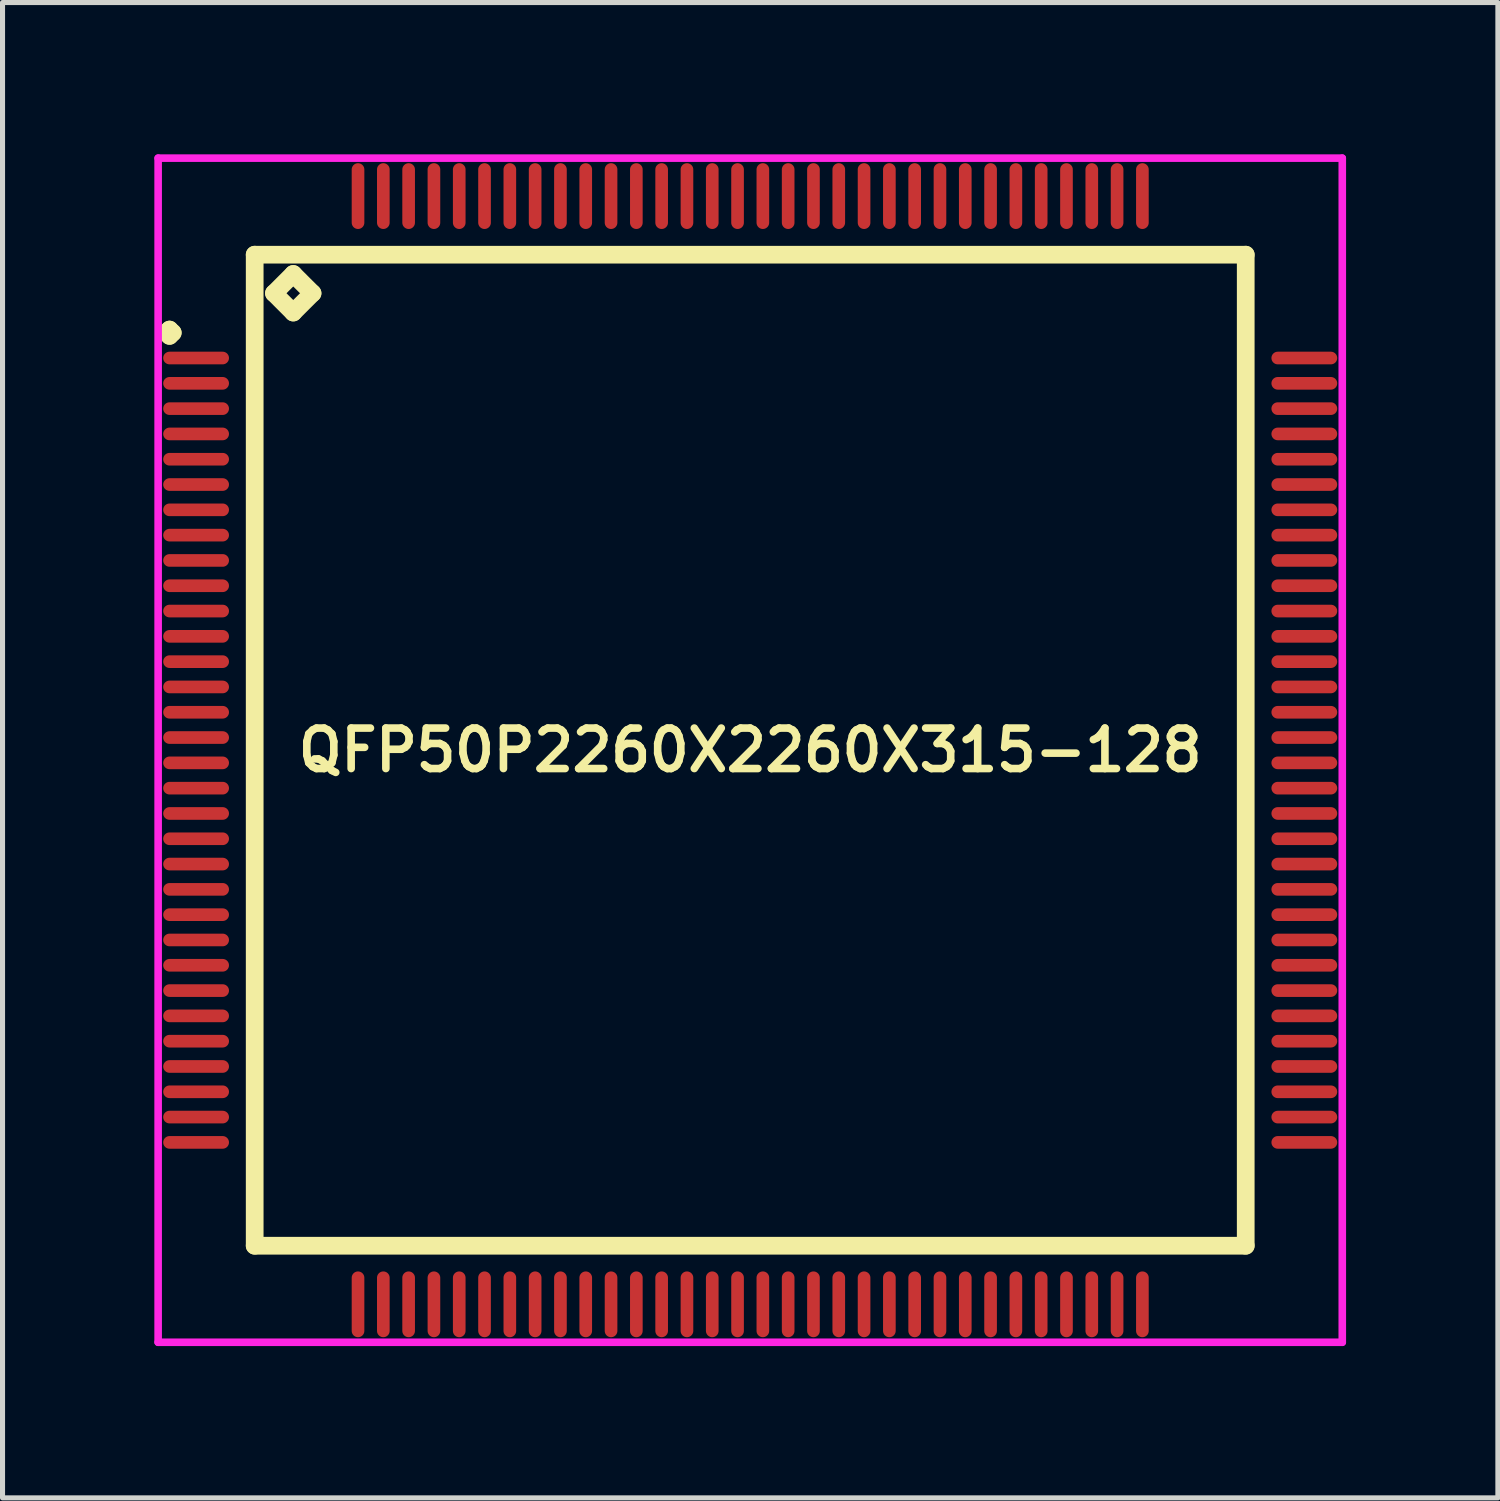
<source format=kicad_pcb>
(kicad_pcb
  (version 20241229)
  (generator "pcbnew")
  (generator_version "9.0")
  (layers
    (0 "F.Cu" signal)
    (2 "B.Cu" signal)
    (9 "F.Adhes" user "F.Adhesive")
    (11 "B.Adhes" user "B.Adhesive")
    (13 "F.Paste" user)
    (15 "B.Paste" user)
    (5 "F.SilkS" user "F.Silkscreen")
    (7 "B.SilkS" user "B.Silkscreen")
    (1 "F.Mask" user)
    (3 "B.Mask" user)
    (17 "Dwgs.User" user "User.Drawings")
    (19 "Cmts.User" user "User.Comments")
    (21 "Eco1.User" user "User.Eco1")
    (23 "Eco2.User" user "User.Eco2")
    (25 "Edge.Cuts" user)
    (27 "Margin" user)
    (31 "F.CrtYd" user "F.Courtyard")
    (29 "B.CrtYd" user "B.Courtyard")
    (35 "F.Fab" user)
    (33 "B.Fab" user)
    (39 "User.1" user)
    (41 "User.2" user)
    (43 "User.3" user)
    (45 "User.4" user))
  (footprint "QFP50P2260X2260X315-128"
    (layer "F.Cu")
    (at 11.775 11.775)
    (property "Reference" "QFP50P2260X2260X315-128" (at 0 0 0) (layer "F.SilkS") (effects (font (size 0.8 0.8) (thickness 0.15))))
    (attr smd)
    (fp_line (start -11.537 -8.25) (end -11.475 -8.312) (stroke (width 0.35) (type solid)) (layer "F.SilkS"))
    (fp_line (start -11.475 -8.312) (end -11.412 -8.25) (stroke (width 0.35) (type solid)) (layer "F.SilkS"))
    (fp_line (start -11.475 -8.188) (end -11.537 -8.25) (stroke (width 0.35) (type solid)) (layer "F.SilkS"))
    (fp_line (start -11.412 -8.25) (end -11.475 -8.188) (stroke (width 0.35) (type solid)) (layer "F.SilkS"))
    (fp_line (start -9.792 -9.792) (end -9.792 9.792) (stroke (width 0.35) (type solid)) (layer "F.SilkS"))
    (fp_line (start -9.792 9.792) (end 9.792 9.792) (stroke (width 0.35) (type solid)) (layer "F.SilkS"))
    (fp_line (start -9.411 -9.03) (end -9.03 -9.411) (stroke (width 0.35) (type solid)) (layer "F.SilkS"))
    (fp_line (start -9.03 -9.411) (end -8.649 -9.03) (stroke (width 0.35) (type solid)) (layer "F.SilkS"))
    (fp_line (start -9.03 -8.649) (end -9.411 -9.03) (stroke (width 0.35) (type solid)) (layer "F.SilkS"))
    (fp_line (start -8.649 -9.03) (end -9.03 -8.649) (stroke (width 0.35) (type solid)) (layer "F.SilkS"))
    (fp_line (start 9.792 -9.792) (end -9.792 -9.792) (stroke (width 0.35) (type solid)) (layer "F.SilkS"))
    (fp_line (start 9.792 9.792) (end 9.792 -9.792) (stroke (width 0.35) (type solid)) (layer "F.SilkS"))
    (fp_line (start -11.7 -11.7) (end 11.7 -11.7) (stroke (width 0.15) (type solid)) (layer "F.CrtYd"))
    (fp_line (start -11.7 11.7) (end -11.7 -11.7) (stroke (width 0.15) (type solid)) (layer "F.CrtYd"))
    (fp_line (start 11.7 -11.7) (end 11.7 11.7) (stroke (width 0.15) (type solid)) (layer "F.CrtYd"))
    (fp_line (start 11.7 11.7) (end -11.7 11.7) (stroke (width 0.15) (type solid)) (layer "F.CrtYd"))
    (pad "1" smd oval (at -10.95 -7.75) (size 1.3 0.25) (layers "F.Cu" "F.Mask" "F.Paste"))
    (pad "2" smd oval (at -10.95 -7.25) (size 1.3 0.25) (layers "F.Cu" "F.Mask" "F.Paste"))
    (pad "3" smd oval (at -10.95 -6.75) (size 1.3 0.25) (layers "F.Cu" "F.Mask" "F.Paste"))
    (pad "4" smd oval (at -10.95 -6.25) (size 1.3 0.25) (layers "F.Cu" "F.Mask" "F.Paste"))
    (pad "5" smd oval (at -10.95 -5.75) (size 1.3 0.25) (layers "F.Cu" "F.Mask" "F.Paste"))
    (pad "6" smd oval (at -10.95 -5.25) (size 1.3 0.25) (layers "F.Cu" "F.Mask" "F.Paste"))
    (pad "7" smd oval (at -10.95 -4.75) (size 1.3 0.25) (layers "F.Cu" "F.Mask" "F.Paste"))
    (pad "8" smd oval (at -10.95 -4.25) (size 1.3 0.25) (layers "F.Cu" "F.Mask" "F.Paste"))
    (pad "9" smd oval (at -10.95 -3.75) (size 1.3 0.25) (layers "F.Cu" "F.Mask" "F.Paste"))
    (pad "10" smd oval (at -10.95 -3.25) (size 1.3 0.25) (layers "F.Cu" "F.Mask" "F.Paste"))
    (pad "11" smd oval (at -10.95 -2.75) (size 1.3 0.25) (layers "F.Cu" "F.Mask" "F.Paste"))
    (pad "12" smd oval (at -10.95 -2.25) (size 1.3 0.25) (layers "F.Cu" "F.Mask" "F.Paste"))
    (pad "13" smd oval (at -10.95 -1.75) (size 1.3 0.25) (layers "F.Cu" "F.Mask" "F.Paste"))
    (pad "14" smd oval (at -10.95 -1.25) (size 1.3 0.25) (layers "F.Cu" "F.Mask" "F.Paste"))
    (pad "15" smd oval (at -10.95 -0.75) (size 1.3 0.25) (layers "F.Cu" "F.Mask" "F.Paste"))
    (pad "16" smd oval (at -10.95 -0.25) (size 1.3 0.25) (layers "F.Cu" "F.Mask" "F.Paste"))
    (pad "17" smd oval (at -10.95 0.25) (size 1.3 0.25) (layers "F.Cu" "F.Mask" "F.Paste"))
    (pad "18" smd oval (at -10.95 0.75) (size 1.3 0.25) (layers "F.Cu" "F.Mask" "F.Paste"))
    (pad "19" smd oval (at -10.95 1.25) (size 1.3 0.25) (layers "F.Cu" "F.Mask" "F.Paste"))
    (pad "20" smd oval (at -10.95 1.75) (size 1.3 0.25) (layers "F.Cu" "F.Mask" "F.Paste"))
    (pad "21" smd oval (at -10.95 2.25) (size 1.3 0.25) (layers "F.Cu" "F.Mask" "F.Paste"))
    (pad "22" smd oval (at -10.95 2.75) (size 1.3 0.25) (layers "F.Cu" "F.Mask" "F.Paste"))
    (pad "23" smd oval (at -10.95 3.25) (size 1.3 0.25) (layers "F.Cu" "F.Mask" "F.Paste"))
    (pad "24" smd oval (at -10.95 3.75) (size 1.3 0.25) (layers "F.Cu" "F.Mask" "F.Paste"))
    (pad "25" smd oval (at -10.95 4.25) (size 1.3 0.25) (layers "F.Cu" "F.Mask" "F.Paste"))
    (pad "26" smd oval (at -10.95 4.75) (size 1.3 0.25) (layers "F.Cu" "F.Mask" "F.Paste"))
    (pad "27" smd oval (at -10.95 5.25) (size 1.3 0.25) (layers "F.Cu" "F.Mask" "F.Paste"))
    (pad "28" smd oval (at -10.95 5.75) (size 1.3 0.25) (layers "F.Cu" "F.Mask" "F.Paste"))
    (pad "29" smd oval (at -10.95 6.25) (size 1.3 0.25) (layers "F.Cu" "F.Mask" "F.Paste"))
    (pad "30" smd oval (at -10.95 6.75) (size 1.3 0.25) (layers "F.Cu" "F.Mask" "F.Paste"))
    (pad "31" smd oval (at -10.95 7.25) (size 1.3 0.25) (layers "F.Cu" "F.Mask" "F.Paste"))
    (pad "32" smd oval (at -10.95 7.75) (size 1.3 0.25) (layers "F.Cu" "F.Mask" "F.Paste"))
    (pad "33" smd oval (at -7.75 10.95) (size 0.25 1.3) (layers "F.Cu" "F.Mask" "F.Paste"))
    (pad "34" smd oval (at -7.25 10.95) (size 0.25 1.3) (layers "F.Cu" "F.Mask" "F.Paste"))
    (pad "35" smd oval (at -6.75 10.95) (size 0.25 1.3) (layers "F.Cu" "F.Mask" "F.Paste"))
    (pad "36" smd oval (at -6.25 10.95) (size 0.25 1.3) (layers "F.Cu" "F.Mask" "F.Paste"))
    (pad "37" smd oval (at -5.75 10.95) (size 0.25 1.3) (layers "F.Cu" "F.Mask" "F.Paste"))
    (pad "38" smd oval (at -5.25 10.95) (size 0.25 1.3) (layers "F.Cu" "F.Mask" "F.Paste"))
    (pad "39" smd oval (at -4.75 10.95) (size 0.25 1.3) (layers "F.Cu" "F.Mask" "F.Paste"))
    (pad "40" smd oval (at -4.25 10.95) (size 0.25 1.3) (layers "F.Cu" "F.Mask" "F.Paste"))
    (pad "41" smd oval (at -3.75 10.95) (size 0.25 1.3) (layers "F.Cu" "F.Mask" "F.Paste"))
    (pad "42" smd oval (at -3.25 10.95) (size 0.25 1.3) (layers "F.Cu" "F.Mask" "F.Paste"))
    (pad "43" smd oval (at -2.75 10.95) (size 0.25 1.3) (layers "F.Cu" "F.Mask" "F.Paste"))
    (pad "44" smd oval (at -2.25 10.95) (size 0.25 1.3) (layers "F.Cu" "F.Mask" "F.Paste"))
    (pad "45" smd oval (at -1.75 10.95) (size 0.25 1.3) (layers "F.Cu" "F.Mask" "F.Paste"))
    (pad "46" smd oval (at -1.25 10.95) (size 0.25 1.3) (layers "F.Cu" "F.Mask" "F.Paste"))
    (pad "47" smd oval (at -0.75 10.95) (size 0.25 1.3) (layers "F.Cu" "F.Mask" "F.Paste"))
    (pad "48" smd oval (at -0.25 10.95) (size 0.25 1.3) (layers "F.Cu" "F.Mask" "F.Paste"))
    (pad "49" smd oval (at 0.25 10.95) (size 0.25 1.3) (layers "F.Cu" "F.Mask" "F.Paste"))
    (pad "50" smd oval (at 0.75 10.95) (size 0.25 1.3) (layers "F.Cu" "F.Mask" "F.Paste"))
    (pad "51" smd oval (at 1.25 10.95) (size 0.25 1.3) (layers "F.Cu" "F.Mask" "F.Paste"))
    (pad "52" smd oval (at 1.75 10.95) (size 0.25 1.3) (layers "F.Cu" "F.Mask" "F.Paste"))
    (pad "53" smd oval (at 2.25 10.95) (size 0.25 1.3) (layers "F.Cu" "F.Mask" "F.Paste"))
    (pad "54" smd oval (at 2.75 10.95) (size 0.25 1.3) (layers "F.Cu" "F.Mask" "F.Paste"))
    (pad "55" smd oval (at 3.25 10.95) (size 0.25 1.3) (layers "F.Cu" "F.Mask" "F.Paste"))
    (pad "56" smd oval (at 3.75 10.95) (size 0.25 1.3) (layers "F.Cu" "F.Mask" "F.Paste"))
    (pad "57" smd oval (at 4.25 10.95) (size 0.25 1.3) (layers "F.Cu" "F.Mask" "F.Paste"))
    (pad "58" smd oval (at 4.75 10.95) (size 0.25 1.3) (layers "F.Cu" "F.Mask" "F.Paste"))
    (pad "59" smd oval (at 5.25 10.95) (size 0.25 1.3) (layers "F.Cu" "F.Mask" "F.Paste"))
    (pad "60" smd oval (at 5.75 10.95) (size 0.25 1.3) (layers "F.Cu" "F.Mask" "F.Paste"))
    (pad "61" smd oval (at 6.25 10.95) (size 0.25 1.3) (layers "F.Cu" "F.Mask" "F.Paste"))
    (pad "62" smd oval (at 6.75 10.95) (size 0.25 1.3) (layers "F.Cu" "F.Mask" "F.Paste"))
    (pad "63" smd oval (at 7.25 10.95) (size 0.25 1.3) (layers "F.Cu" "F.Mask" "F.Paste"))
    (pad "64" smd oval (at 7.75 10.95) (size 0.25 1.3) (layers "F.Cu" "F.Mask" "F.Paste"))
    (pad "65" smd oval (at 10.95 7.75) (size 1.3 0.25) (layers "F.Cu" "F.Mask" "F.Paste"))
    (pad "66" smd oval (at 10.95 7.25) (size 1.3 0.25) (layers "F.Cu" "F.Mask" "F.Paste"))
    (pad "67" smd oval (at 10.95 6.75) (size 1.3 0.25) (layers "F.Cu" "F.Mask" "F.Paste"))
    (pad "68" smd oval (at 10.95 6.25) (size 1.3 0.25) (layers "F.Cu" "F.Mask" "F.Paste"))
    (pad "69" smd oval (at 10.95 5.75) (size 1.3 0.25) (layers "F.Cu" "F.Mask" "F.Paste"))
    (pad "70" smd oval (at 10.95 5.25) (size 1.3 0.25) (layers "F.Cu" "F.Mask" "F.Paste"))
    (pad "71" smd oval (at 10.95 4.75) (size 1.3 0.25) (layers "F.Cu" "F.Mask" "F.Paste"))
    (pad "72" smd oval (at 10.95 4.25) (size 1.3 0.25) (layers "F.Cu" "F.Mask" "F.Paste"))
    (pad "73" smd oval (at 10.95 3.75) (size 1.3 0.25) (layers "F.Cu" "F.Mask" "F.Paste"))
    (pad "74" smd oval (at 10.95 3.25) (size 1.3 0.25) (layers "F.Cu" "F.Mask" "F.Paste"))
    (pad "75" smd oval (at 10.95 2.75) (size 1.3 0.25) (layers "F.Cu" "F.Mask" "F.Paste"))
    (pad "76" smd oval (at 10.95 2.25) (size 1.3 0.25) (layers "F.Cu" "F.Mask" "F.Paste"))
    (pad "77" smd oval (at 10.95 1.75) (size 1.3 0.25) (layers "F.Cu" "F.Mask" "F.Paste"))
    (pad "78" smd oval (at 10.95 1.25) (size 1.3 0.25) (layers "F.Cu" "F.Mask" "F.Paste"))
    (pad "79" smd oval (at 10.95 0.75) (size 1.3 0.25) (layers "F.Cu" "F.Mask" "F.Paste"))
    (pad "80" smd oval (at 10.95 0.25) (size 1.3 0.25) (layers "F.Cu" "F.Mask" "F.Paste"))
    (pad "81" smd oval (at 10.95 -0.25) (size 1.3 0.25) (layers "F.Cu" "F.Mask" "F.Paste"))
    (pad "82" smd oval (at 10.95 -0.75) (size 1.3 0.25) (layers "F.Cu" "F.Mask" "F.Paste"))
    (pad "83" smd oval (at 10.95 -1.25) (size 1.3 0.25) (layers "F.Cu" "F.Mask" "F.Paste"))
    (pad "84" smd oval (at 10.95 -1.75) (size 1.3 0.25) (layers "F.Cu" "F.Mask" "F.Paste"))
    (pad "85" smd oval (at 10.95 -2.25) (size 1.3 0.25) (layers "F.Cu" "F.Mask" "F.Paste"))
    (pad "86" smd oval (at 10.95 -2.75) (size 1.3 0.25) (layers "F.Cu" "F.Mask" "F.Paste"))
    (pad "87" smd oval (at 10.95 -3.25) (size 1.3 0.25) (layers "F.Cu" "F.Mask" "F.Paste"))
    (pad "88" smd oval (at 10.95 -3.75) (size 1.3 0.25) (layers "F.Cu" "F.Mask" "F.Paste"))
    (pad "89" smd oval (at 10.95 -4.25) (size 1.3 0.25) (layers "F.Cu" "F.Mask" "F.Paste"))
    (pad "90" smd oval (at 10.95 -4.75) (size 1.3 0.25) (layers "F.Cu" "F.Mask" "F.Paste"))
    (pad "91" smd oval (at 10.95 -5.25) (size 1.3 0.25) (layers "F.Cu" "F.Mask" "F.Paste"))
    (pad "92" smd oval (at 10.95 -5.75) (size 1.3 0.25) (layers "F.Cu" "F.Mask" "F.Paste"))
    (pad "93" smd oval (at 10.95 -6.25) (size 1.3 0.25) (layers "F.Cu" "F.Mask" "F.Paste"))
    (pad "94" smd oval (at 10.95 -6.75) (size 1.3 0.25) (layers "F.Cu" "F.Mask" "F.Paste"))
    (pad "95" smd oval (at 10.95 -7.25) (size 1.3 0.25) (layers "F.Cu" "F.Mask" "F.Paste"))
    (pad "96" smd oval (at 10.95 -7.75) (size 1.3 0.25) (layers "F.Cu" "F.Mask" "F.Paste"))
    (pad "97" smd oval (at 7.75 -10.95) (size 0.25 1.3) (layers "F.Cu" "F.Mask" "F.Paste"))
    (pad "98" smd oval (at 7.25 -10.95) (size 0.25 1.3) (layers "F.Cu" "F.Mask" "F.Paste"))
    (pad "99" smd oval (at 6.75 -10.95) (size 0.25 1.3) (layers "F.Cu" "F.Mask" "F.Paste"))
    (pad "100" smd oval (at 6.25 -10.95) (size 0.25 1.3) (layers "F.Cu" "F.Mask" "F.Paste"))
    (pad "101" smd oval (at 5.75 -10.95) (size 0.25 1.3) (layers "F.Cu" "F.Mask" "F.Paste"))
    (pad "102" smd oval (at 5.25 -10.95) (size 0.25 1.3) (layers "F.Cu" "F.Mask" "F.Paste"))
    (pad "103" smd oval (at 4.75 -10.95) (size 0.25 1.3) (layers "F.Cu" "F.Mask" "F.Paste"))
    (pad "104" smd oval (at 4.25 -10.95) (size 0.25 1.3) (layers "F.Cu" "F.Mask" "F.Paste"))
    (pad "105" smd oval (at 3.75 -10.95) (size 0.25 1.3) (layers "F.Cu" "F.Mask" "F.Paste"))
    (pad "106" smd oval (at 3.25 -10.95) (size 0.25 1.3) (layers "F.Cu" "F.Mask" "F.Paste"))
    (pad "107" smd oval (at 2.75 -10.95) (size 0.25 1.3) (layers "F.Cu" "F.Mask" "F.Paste"))
    (pad "108" smd oval (at 2.25 -10.95) (size 0.25 1.3) (layers "F.Cu" "F.Mask" "F.Paste"))
    (pad "109" smd oval (at 1.75 -10.95) (size 0.25 1.3) (layers "F.Cu" "F.Mask" "F.Paste"))
    (pad "110" smd oval (at 1.25 -10.95) (size 0.25 1.3) (layers "F.Cu" "F.Mask" "F.Paste"))
    (pad "111" smd oval (at 0.75 -10.95) (size 0.25 1.3) (layers "F.Cu" "F.Mask" "F.Paste"))
    (pad "112" smd oval (at 0.25 -10.95) (size 0.25 1.3) (layers "F.Cu" "F.Mask" "F.Paste"))
    (pad "113" smd oval (at -0.25 -10.95) (size 0.25 1.3) (layers "F.Cu" "F.Mask" "F.Paste"))
    (pad "114" smd oval (at -0.75 -10.95) (size 0.25 1.3) (layers "F.Cu" "F.Mask" "F.Paste"))
    (pad "115" smd oval (at -1.25 -10.95) (size 0.25 1.3) (layers "F.Cu" "F.Mask" "F.Paste"))
    (pad "116" smd oval (at -1.75 -10.95) (size 0.25 1.3) (layers "F.Cu" "F.Mask" "F.Paste"))
    (pad "117" smd oval (at -2.25 -10.95) (size 0.25 1.3) (layers "F.Cu" "F.Mask" "F.Paste"))
    (pad "118" smd oval (at -2.75 -10.95) (size 0.25 1.3) (layers "F.Cu" "F.Mask" "F.Paste"))
    (pad "119" smd oval (at -3.25 -10.95) (size 0.25 1.3) (layers "F.Cu" "F.Mask" "F.Paste"))
    (pad "120" smd oval (at -3.75 -10.95) (size 0.25 1.3) (layers "F.Cu" "F.Mask" "F.Paste"))
    (pad "121" smd oval (at -4.25 -10.95) (size 0.25 1.3) (layers "F.Cu" "F.Mask" "F.Paste"))
    (pad "122" smd oval (at -4.75 -10.95) (size 0.25 1.3) (layers "F.Cu" "F.Mask" "F.Paste"))
    (pad "123" smd oval (at -5.25 -10.95) (size 0.25 1.3) (layers "F.Cu" "F.Mask" "F.Paste"))
    (pad "124" smd oval (at -5.75 -10.95) (size 0.25 1.3) (layers "F.Cu" "F.Mask" "F.Paste"))
    (pad "125" smd oval (at -6.25 -10.95) (size 0.25 1.3) (layers "F.Cu" "F.Mask" "F.Paste"))
    (pad "126" smd oval (at -6.75 -10.95) (size 0.25 1.3) (layers "F.Cu" "F.Mask" "F.Paste"))
    (pad "127" smd oval (at -7.25 -10.95) (size 0.25 1.3) (layers "F.Cu" "F.Mask" "F.Paste"))
    (pad "128" smd oval (at -7.75 -10.95) (size 0.25 1.3) (layers "F.Cu" "F.Mask" "F.Paste")))
  (gr_rect
    (start -3 -3)
    (end 26.55 26.55)
    (stroke (width 0.1) (type default))
    (fill no)
    (layer "Edge.Cuts")))
</source>
